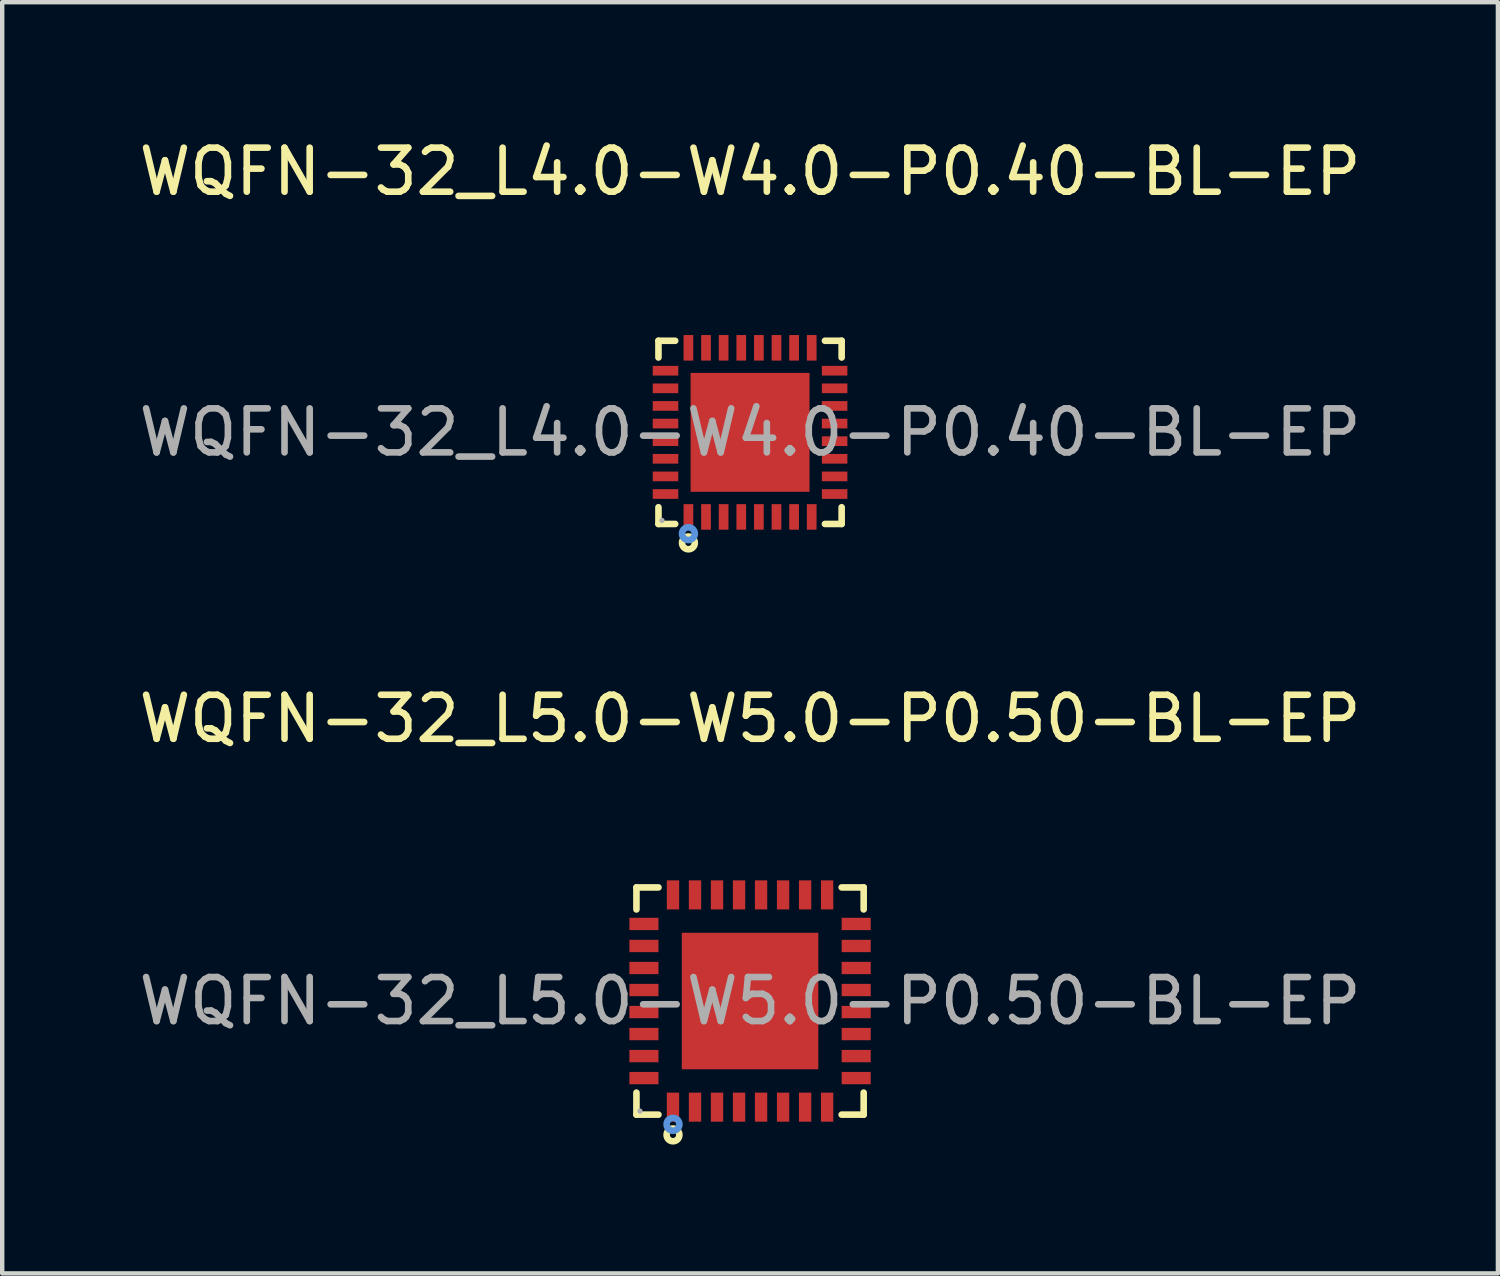
<source format=kicad_pcb>
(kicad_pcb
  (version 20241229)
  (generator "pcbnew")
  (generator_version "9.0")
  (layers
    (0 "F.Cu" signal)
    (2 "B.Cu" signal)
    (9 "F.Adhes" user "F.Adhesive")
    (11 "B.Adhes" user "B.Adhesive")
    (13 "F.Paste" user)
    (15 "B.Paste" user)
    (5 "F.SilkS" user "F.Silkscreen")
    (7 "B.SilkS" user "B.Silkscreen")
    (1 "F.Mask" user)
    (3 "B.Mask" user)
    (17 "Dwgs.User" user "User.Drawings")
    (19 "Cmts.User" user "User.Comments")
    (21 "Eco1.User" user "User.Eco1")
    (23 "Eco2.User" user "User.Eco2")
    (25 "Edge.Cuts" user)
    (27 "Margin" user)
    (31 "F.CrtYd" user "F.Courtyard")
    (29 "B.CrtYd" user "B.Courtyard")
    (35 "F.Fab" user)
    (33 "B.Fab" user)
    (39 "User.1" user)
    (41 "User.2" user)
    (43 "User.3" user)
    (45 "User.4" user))
  (footprint "WQFN-32_L5.0-W5.0-P0.50-BL-EP"
    (layer "F.Cu")
    (at 13.982 19.681)
    (property "Reference" "WQFN-32_L5.0-W5.0-P0.50-BL-EP" (at 0 -6.41 0) (layer "F.SilkS") (effects (font (size 1 1) (thickness 0.15))))
    (attr through_hole)
    (fp_line (start -2.58 -2.58) (end -2.08 -2.58) (stroke (width 0.15) (type solid)) (layer "F.SilkS"))
    (fp_line (start -2.58 -2.08) (end -2.58 -2.58) (stroke (width 0.15) (type solid)) (layer "F.SilkS"))
    (fp_line (start -2.58 2.08) (end -2.58 2.58) (stroke (width 0.15) (type solid)) (layer "F.SilkS"))
    (fp_line (start -2.58 2.58) (end -2.08 2.58) (stroke (width 0.15) (type solid)) (layer "F.SilkS"))
    (fp_line (start 2.58 -2.58) (end 2.08 -2.58) (stroke (width 0.15) (type solid)) (layer "F.SilkS"))
    (fp_line (start 2.58 -2.08) (end 2.58 -2.58) (stroke (width 0.15) (type solid)) (layer "F.SilkS"))
    (fp_line (start 2.58 2.08) (end 2.58 2.58) (stroke (width 0.15) (type solid)) (layer "F.SilkS"))
    (fp_line (start 2.58 2.58) (end 2.08 2.58) (stroke (width 0.15) (type solid)) (layer "F.SilkS"))
    (fp_circle (center -1.75 3.04) (end -1.68 3.04) (stroke (width 0.15) (type solid)) (fill no) (layer "F.SilkS"))
    (fp_circle (center -1.75 2.8) (end -1.68 2.8) (stroke (width 0.15) (type solid)) (fill no) (layer "Cmts.User"))
    (fp_circle (center -2.5 2.5) (end -2.47 2.5) (stroke (width 0.06) (type solid)) (fill no) (layer "F.Fab"))
    (fp_text user "${REFERENCE}" (at 0 0 0) (layer "F.Fab") (effects (font (size 1 1) (thickness 0.15))))
    (pad "1" smd rect (at -1.75 2.41) (size 0.28 0.66) (layers "F.Cu" "F.Mask" "F.Paste"))
    (pad "2" smd rect (at -1.25 2.41) (size 0.28 0.66) (layers "F.Cu" "F.Mask" "F.Paste"))
    (pad "3" smd rect (at -0.75 2.41) (size 0.28 0.66) (layers "F.Cu" "F.Mask" "F.Paste"))
    (pad "4" smd rect (at -0.25 2.41) (size 0.28 0.66) (layers "F.Cu" "F.Mask" "F.Paste"))
    (pad "5" smd rect (at 0.25 2.41) (size 0.28 0.66) (layers "F.Cu" "F.Mask" "F.Paste"))
    (pad "6" smd rect (at 0.75 2.41) (size 0.28 0.66) (layers "F.Cu" "F.Mask" "F.Paste"))
    (pad "7" smd rect (at 1.25 2.41) (size 0.28 0.66) (layers "F.Cu" "F.Mask" "F.Paste"))
    (pad "8" smd rect (at 1.75 2.41) (size 0.28 0.66) (layers "F.Cu" "F.Mask" "F.Paste"))
    (pad "9" smd rect (at 2.41 1.75) (size 0.66 0.28) (layers "F.Cu" "F.Mask" "F.Paste"))
    (pad "10" smd rect (at 2.41 1.25) (size 0.66 0.28) (layers "F.Cu" "F.Mask" "F.Paste"))
    (pad "11" smd rect (at 2.41 0.75) (size 0.66 0.28) (layers "F.Cu" "F.Mask" "F.Paste"))
    (pad "12" smd rect (at 2.41 0.25) (size 0.66 0.28) (layers "F.Cu" "F.Mask" "F.Paste"))
    (pad "13" smd rect (at 2.41 -0.25) (size 0.66 0.28) (layers "F.Cu" "F.Mask" "F.Paste"))
    (pad "14" smd rect (at 2.41 -0.75) (size 0.66 0.28) (layers "F.Cu" "F.Mask" "F.Paste"))
    (pad "15" smd rect (at 2.41 -1.25) (size 0.66 0.28) (layers "F.Cu" "F.Mask" "F.Paste"))
    (pad "16" smd rect (at 2.41 -1.75) (size 0.66 0.28) (layers "F.Cu" "F.Mask" "F.Paste"))
    (pad "17" smd rect (at 1.75 -2.41) (size 0.28 0.66) (layers "F.Cu" "F.Mask" "F.Paste"))
    (pad "18" smd rect (at 1.25 -2.41) (size 0.28 0.66) (layers "F.Cu" "F.Mask" "F.Paste"))
    (pad "19" smd rect (at 0.75 -2.41) (size 0.28 0.66) (layers "F.Cu" "F.Mask" "F.Paste"))
    (pad "20" smd rect (at 0.25 -2.41) (size 0.28 0.66) (layers "F.Cu" "F.Mask" "F.Paste"))
    (pad "21" smd rect (at -0.25 -2.41) (size 0.28 0.66) (layers "F.Cu" "F.Mask" "F.Paste"))
    (pad "22" smd rect (at -0.75 -2.41) (size 0.28 0.66) (layers "F.Cu" "F.Mask" "F.Paste"))
    (pad "23" smd rect (at -1.25 -2.41) (size 0.28 0.66) (layers "F.Cu" "F.Mask" "F.Paste"))
    (pad "24" smd rect (at -1.75 -2.41) (size 0.28 0.66) (layers "F.Cu" "F.Mask" "F.Paste"))
    (pad "25" smd rect (at -2.41 -1.75) (size 0.66 0.28) (layers "F.Cu" "F.Mask" "F.Paste"))
    (pad "26" smd rect (at -2.41 -1.25) (size 0.66 0.28) (layers "F.Cu" "F.Mask" "F.Paste"))
    (pad "27" smd rect (at -2.41 -0.75) (size 0.66 0.28) (layers "F.Cu" "F.Mask" "F.Paste"))
    (pad "28" smd rect (at -2.41 -0.25) (size 0.66 0.28) (layers "F.Cu" "F.Mask" "F.Paste"))
    (pad "29" smd rect (at -2.41 0.25) (size 0.66 0.28) (layers "F.Cu" "F.Mask" "F.Paste"))
    (pad "30" smd rect (at -2.41 0.75) (size 0.66 0.28) (layers "F.Cu" "F.Mask" "F.Paste"))
    (pad "31" smd rect (at -2.41 1.25) (size 0.66 0.28) (layers "F.Cu" "F.Mask" "F.Paste"))
    (pad "32" smd rect (at -2.41 1.75) (size 0.66 0.28) (layers "F.Cu" "F.Mask" "F.Paste"))
    (pad "33" smd rect (at 0 0) (size 3.1 3.1) (layers "F.Cu" "F.Mask" "F.Paste")))
  (footprint "WQFN-32_L4.0-W4.0-P0.40-BL-EP"
    (layer "F.Cu")
    (at 13.982 6.768)
    (property "Reference" "WQFN-32_L4.0-W4.0-P0.40-BL-EP" (at 0 -5.92 0) (layer "F.SilkS") (effects (font (size 1 1) (thickness 0.15))))
    (attr through_hole)
    (fp_line (start -2.08 -2.08) (end -1.7 -2.08) (stroke (width 0.15) (type solid)) (layer "F.SilkS"))
    (fp_line (start -2.08 -1.7) (end -2.08 -2.08) (stroke (width 0.15) (type solid)) (layer "F.SilkS"))
    (fp_line (start -2.08 1.7) (end -2.08 2.08) (stroke (width 0.15) (type solid)) (layer "F.SilkS"))
    (fp_line (start -2.08 2.08) (end -1.7 2.08) (stroke (width 0.15) (type solid)) (layer "F.SilkS"))
    (fp_line (start 2.08 -2.08) (end 1.7 -2.08) (stroke (width 0.15) (type solid)) (layer "F.SilkS"))
    (fp_line (start 2.08 -1.7) (end 2.08 -2.08) (stroke (width 0.15) (type solid)) (layer "F.SilkS"))
    (fp_line (start 2.08 1.7) (end 2.08 2.08) (stroke (width 0.15) (type solid)) (layer "F.SilkS"))
    (fp_line (start 2.08 2.08) (end 1.7 2.08) (stroke (width 0.15) (type solid)) (layer "F.SilkS"))
    (fp_circle (center -1.4 2.51) (end -1.33 2.51) (stroke (width 0.15) (type solid)) (fill no) (layer "F.SilkS"))
    (fp_circle (center -1.4 2.3) (end -1.33 2.3) (stroke (width 0.15) (type solid)) (fill no) (layer "Cmts.User"))
    (fp_circle (center -2 2) (end -1.97 2) (stroke (width 0.06) (type solid)) (fill no) (layer "F.Fab"))
    (fp_text user "${REFERENCE}" (at 0 0 0) (layer "F.Fab") (effects (font (size 1 1) (thickness 0.15))))
    (pad "1" smd rect (at -1.4 1.92) (size 0.22 0.58) (layers "F.Cu" "F.Mask" "F.Paste"))
    (pad "2" smd rect (at -1 1.92) (size 0.22 0.58) (layers "F.Cu" "F.Mask" "F.Paste"))
    (pad "3" smd rect (at -0.6 1.92) (size 0.22 0.58) (layers "F.Cu" "F.Mask" "F.Paste"))
    (pad "4" smd rect (at -0.2 1.92) (size 0.22 0.58) (layers "F.Cu" "F.Mask" "F.Paste"))
    (pad "5" smd rect (at 0.2 1.92) (size 0.22 0.58) (layers "F.Cu" "F.Mask" "F.Paste"))
    (pad "6" smd rect (at 0.6 1.92) (size 0.22 0.58) (layers "F.Cu" "F.Mask" "F.Paste"))
    (pad "7" smd rect (at 1 1.92) (size 0.22 0.58) (layers "F.Cu" "F.Mask" "F.Paste"))
    (pad "8" smd rect (at 1.4 1.92) (size 0.22 0.58) (layers "F.Cu" "F.Mask" "F.Paste"))
    (pad "9" smd rect (at 1.92 1.4) (size 0.58 0.22) (layers "F.Cu" "F.Mask" "F.Paste"))
    (pad "10" smd rect (at 1.92 1) (size 0.58 0.22) (layers "F.Cu" "F.Mask" "F.Paste"))
    (pad "11" smd rect (at 1.92 0.6) (size 0.58 0.22) (layers "F.Cu" "F.Mask" "F.Paste"))
    (pad "12" smd rect (at 1.92 0.2) (size 0.58 0.22) (layers "F.Cu" "F.Mask" "F.Paste"))
    (pad "13" smd rect (at 1.92 -0.2) (size 0.58 0.22) (layers "F.Cu" "F.Mask" "F.Paste"))
    (pad "14" smd rect (at 1.92 -0.6) (size 0.58 0.22) (layers "F.Cu" "F.Mask" "F.Paste"))
    (pad "15" smd rect (at 1.92 -1) (size 0.58 0.22) (layers "F.Cu" "F.Mask" "F.Paste"))
    (pad "16" smd rect (at 1.92 -1.4) (size 0.58 0.22) (layers "F.Cu" "F.Mask" "F.Paste"))
    (pad "17" smd rect (at 1.4 -1.92) (size 0.22 0.58) (layers "F.Cu" "F.Mask" "F.Paste"))
    (pad "18" smd rect (at 1 -1.92) (size 0.22 0.58) (layers "F.Cu" "F.Mask" "F.Paste"))
    (pad "19" smd rect (at 0.6 -1.92) (size 0.22 0.58) (layers "F.Cu" "F.Mask" "F.Paste"))
    (pad "20" smd rect (at 0.2 -1.92) (size 0.22 0.58) (layers "F.Cu" "F.Mask" "F.Paste"))
    (pad "21" smd rect (at -0.2 -1.92) (size 0.22 0.58) (layers "F.Cu" "F.Mask" "F.Paste"))
    (pad "22" smd rect (at -0.6 -1.92) (size 0.22 0.58) (layers "F.Cu" "F.Mask" "F.Paste"))
    (pad "23" smd rect (at -1 -1.92) (size 0.22 0.58) (layers "F.Cu" "F.Mask" "F.Paste"))
    (pad "24" smd rect (at -1.4 -1.92) (size 0.22 0.58) (layers "F.Cu" "F.Mask" "F.Paste"))
    (pad "25" smd rect (at -1.92 -1.4) (size 0.58 0.22) (layers "F.Cu" "F.Mask" "F.Paste"))
    (pad "26" smd rect (at -1.92 -1) (size 0.58 0.22) (layers "F.Cu" "F.Mask" "F.Paste"))
    (pad "27" smd rect (at -1.92 -0.6) (size 0.58 0.22) (layers "F.Cu" "F.Mask" "F.Paste"))
    (pad "28" smd rect (at -1.92 -0.2) (size 0.58 0.22) (layers "F.Cu" "F.Mask" "F.Paste"))
    (pad "29" smd rect (at -1.92 0.2) (size 0.58 0.22) (layers "F.Cu" "F.Mask" "F.Paste"))
    (pad "30" smd rect (at -1.92 0.6) (size 0.58 0.22) (layers "F.Cu" "F.Mask" "F.Paste"))
    (pad "31" smd rect (at -1.92 1) (size 0.58 0.22) (layers "F.Cu" "F.Mask" "F.Paste"))
    (pad "32" smd rect (at -1.92 1.4) (size 0.58 0.22) (layers "F.Cu" "F.Mask" "F.Paste"))
    (pad "33" smd rect (at 0 0) (size 2.7 2.7) (layers "F.Cu" "F.Mask" "F.Paste")))
  (gr_rect
    (start -3 -3)
    (end 30.964 25.866)
    (stroke (width 0.1) (type default))
    (fill no)
    (layer "Edge.Cuts")))
</source>
